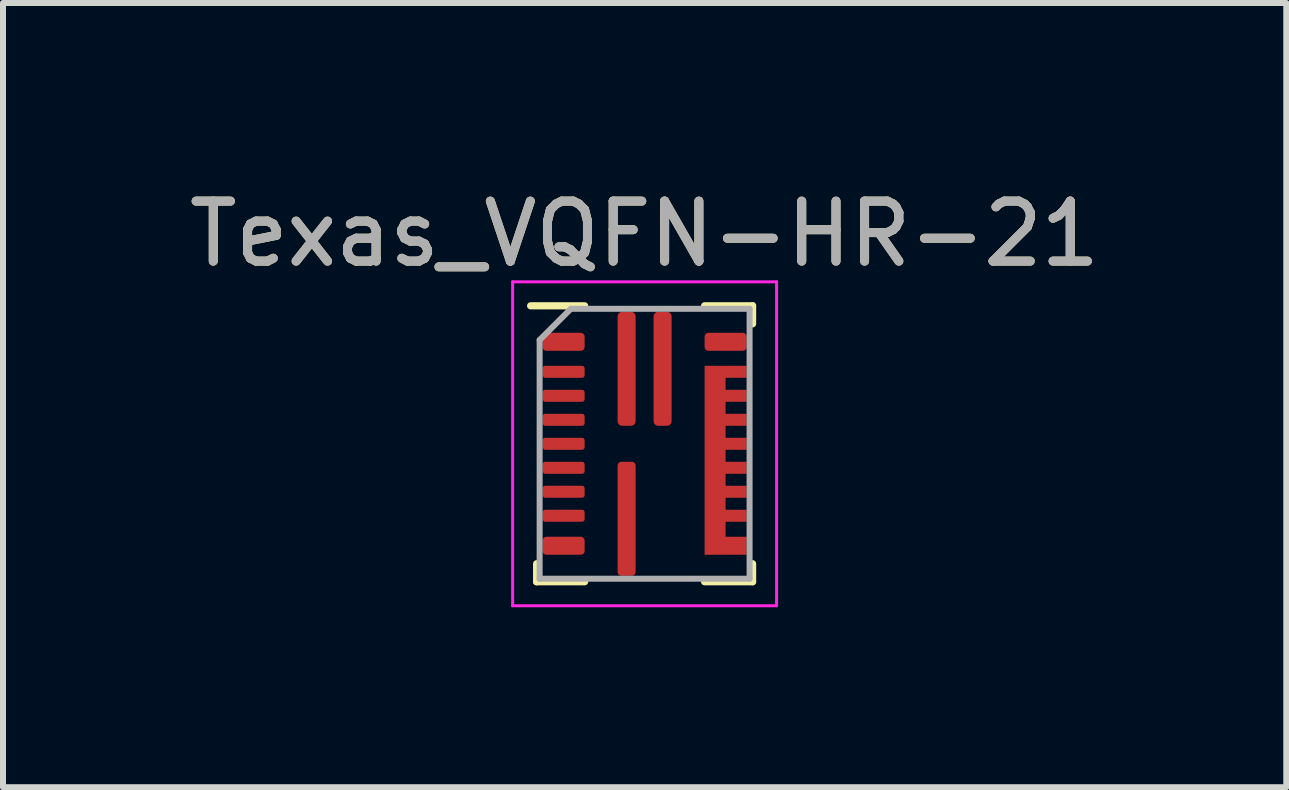
<source format=kicad_pcb>
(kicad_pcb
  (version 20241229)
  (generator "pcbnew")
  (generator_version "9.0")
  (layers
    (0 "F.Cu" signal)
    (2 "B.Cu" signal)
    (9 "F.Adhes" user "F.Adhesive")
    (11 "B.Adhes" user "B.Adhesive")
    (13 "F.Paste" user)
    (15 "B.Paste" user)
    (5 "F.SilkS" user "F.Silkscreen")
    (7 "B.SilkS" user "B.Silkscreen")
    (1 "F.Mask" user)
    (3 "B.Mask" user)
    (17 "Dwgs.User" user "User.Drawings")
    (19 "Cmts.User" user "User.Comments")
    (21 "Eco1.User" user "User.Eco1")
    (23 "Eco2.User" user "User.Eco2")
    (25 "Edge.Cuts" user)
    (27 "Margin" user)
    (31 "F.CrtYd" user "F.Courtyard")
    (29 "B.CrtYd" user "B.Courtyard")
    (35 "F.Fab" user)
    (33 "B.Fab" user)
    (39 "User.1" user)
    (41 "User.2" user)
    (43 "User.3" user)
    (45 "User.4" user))
  (footprint "Texas_VQFN-HR-21"
    (layer "F.Cu")
    (at 7.696 4.348)
    (property "Reference" "Texas_VQFN-HR-21" (at 0 -3.5 0) (layer "F.SilkS") (effects (font (size 1 1) (thickness 0.15))))
    (attr smd)
    (fp_line (start -1.9 -2.3) (end -1 -2.3) (stroke (width 0.12) (type solid)) (layer "F.SilkS"))
    (fp_line (start -1.8 2) (end -1.8 2.3) (stroke (width 0.12) (type solid)) (layer "F.SilkS"))
    (fp_line (start -1.8 2.3) (end -1 2.3) (stroke (width 0.12) (type solid)) (layer "F.SilkS"))
    (fp_line (start 1 -2.3) (end 1.8 -2.3) (stroke (width 0.12) (type solid)) (layer "F.SilkS"))
    (fp_line (start 1 2.3) (end 1.8 2.3) (stroke (width 0.12) (type solid)) (layer "F.SilkS"))
    (fp_line (start 1.8 -2.3) (end 1.8 -2) (stroke (width 0.12) (type solid)) (layer "F.SilkS"))
    (fp_line (start 1.8 2) (end 1.8 2.3) (stroke (width 0.12) (type solid)) (layer "F.SilkS"))
    (fp_line (start -2.2 -2.7) (end -2.2 2.7) (stroke (width 0.05) (type solid)) (layer "F.CrtYd"))
    (fp_line (start -2.2 -2.7) (end 2.2 -2.7) (stroke (width 0.05) (type solid)) (layer "F.CrtYd"))
    (fp_line (start -2.2 2.7) (end 2.2 2.7) (stroke (width 0.05) (type solid)) (layer "F.CrtYd"))
    (fp_line (start 2.2 -2.7) (end 2.2 2.7) (stroke (width 0.05) (type solid)) (layer "F.CrtYd"))
    (fp_line (start -1.75 -1.73) (end -1.75 2.25) (stroke (width 0.1) (type solid)) (layer "F.Fab"))
    (fp_line (start -1.75 -1.73) (end -1.23 -2.25) (stroke (width 0.1) (type solid)) (layer "F.Fab"))
    (fp_line (start -1.75 2.25) (end 1.75 2.25) (stroke (width 0.1) (type solid)) (layer "F.Fab"))
    (fp_line (start -1.23 -2.25) (end 1.75 -2.25) (stroke (width 0.1) (type solid)) (layer "F.Fab"))
    (fp_line (start 1.75 -2.25) (end 1.75 2.25) (stroke (width 0.1) (type solid)) (layer "F.Fab"))
    (fp_text user "${REFERENCE}" (at 0 -3.5 0) (layer "F.Fab") (effects (font (size 1 1) (thickness 0.15))))
    (pad "1" smd roundrect (at -1.35 -1.7) (size 0.7 0.3) (layers "F.Cu" "F.Mask" "F.Paste") (roundrect_rratio 0.212))
    (pad "2" smd roundrect (at -1.35 -1.2) (size 0.7 0.2) (layers "F.Cu" "F.Mask" "F.Paste") (roundrect_rratio 0.21))
    (pad "3" smd roundrect (at -1.35 -0.8) (size 0.7 0.2) (layers "F.Cu" "F.Mask" "F.Paste") (roundrect_rratio 0.21))
    (pad "4" smd roundrect (at -1.35 -0.4) (size 0.7 0.2) (layers "F.Cu" "F.Mask" "F.Paste") (roundrect_rratio 0.21))
    (pad "5" smd roundrect (at -1.35 0) (size 0.7 0.2) (layers "F.Cu" "F.Mask" "F.Paste") (roundrect_rratio 0.21))
    (pad "6" smd roundrect (at -1.35 0.4) (size 0.7 0.2) (layers "F.Cu" "F.Mask" "F.Paste") (roundrect_rratio 0.21))
    (pad "7" smd roundrect (at -1.35 0.8) (size 0.7 0.2) (layers "F.Cu" "F.Mask" "F.Paste") (roundrect_rratio 0.21))
    (pad "8" smd roundrect (at -1.35 1.2) (size 0.7 0.2) (layers "F.Cu" "F.Mask" "F.Paste") (roundrect_rratio 0.21))
    (pad "9" smd roundrect (at -1.35 1.7) (size 0.7 0.3) (layers "F.Cu" "F.Mask" "F.Paste") (roundrect_rratio 0.21))
    (pad "10" smd roundrect (at -0.3 1.25) (size 0.3 1.9) (layers "F.Cu" "F.Mask" "F.Paste") (roundrect_rratio 0.21))
    (pad "11" smd custom (at 1.35 0) (size 0.1 0.1) (layers "F.Cu" "F.Mask" "F.Paste") (options (anchor circle)) (primitives (gr_poly (pts (xy 0.35 -1.1) (xy 0 -1.1) (xy 0 -0.9) (xy 0.35 -0.9) (xy 0.35 -0.7) (xy 0 -0.7) (xy 0 -0.5) (xy 0.35 -0.5) (xy 0.35 -0.3) (xy 0 -0.3) (xy 0 -0.1) (xy 0.35 -0.1) (xy 0.35 0.1) (xy 0 0.1) (xy 0 0.3) (xy 0.35 0.3) (xy 0.35 0.5) (xy 0 0.5) (xy 0 0.7) (xy 0.35 0.7) (xy 0.35 0.9) (xy 0 0.9) (xy 0 1.1) (xy 0.35 1.1) (xy 0.35 1.3) (xy 0 1.3) (xy 0 1.55) (xy 0.35 1.55) (xy 0.35 1.85) (xy -0.35 1.85) (xy -0.35 -1.3) (xy 0.35 -1.3)) (width 0) (fill yes))))
    (pad "19" smd roundrect (at 1.35 -1.7) (size 0.7 0.3) (layers "F.Cu" "F.Mask" "F.Paste") (roundrect_rratio 0.21))
    (pad "20" smd roundrect (at 0.3 -1.25) (size 0.3 1.9) (layers "F.Cu" "F.Mask" "F.Paste") (roundrect_rratio 0.25))
    (pad "21" smd roundrect (at -0.3 -1.25) (size 0.3 1.9) (layers "F.Cu" "F.Mask" "F.Paste") (roundrect_rratio 0.25)))
  (gr_rect
    (start -3 -3)
    (end 18.393 10.073)
    (stroke (width 0.1) (type default))
    (fill no)
    (layer "Edge.Cuts")))
</source>
